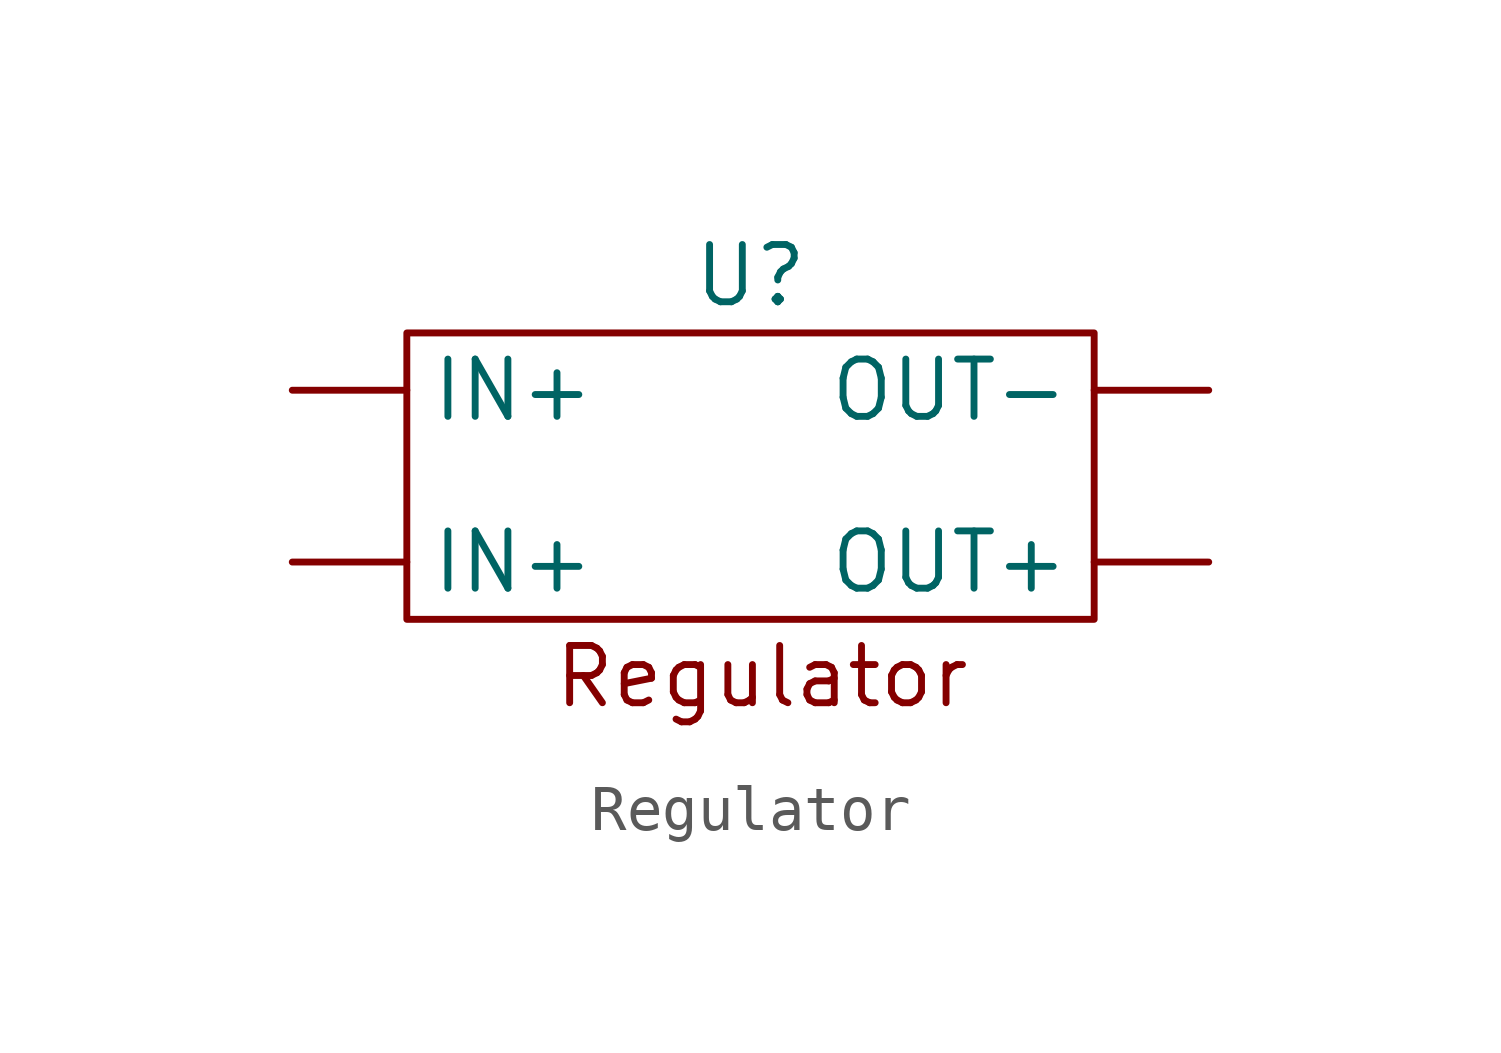
<source format=kicad_sym>
(kicad_symbol_lib
  (version 20231120)
  (generator "kicad_symbol_editor")
  (generator_version "8.0")
  (symbol "Regulator"
    (property "Reference" "U"
      (at 0 0 0)
      (effects (font (size 1.27 1.27))))
    (property "Value" ""
      (at 0 0 0)
      (effects (font (size 1.27 1.27))))
    (symbol "Regulator_1_1"
      (rectangle (start -7.62 -1.27) (end 7.62 -7.62) (stroke (width 0) (type default)) (fill (type none)))
      (text "Regulator\n" (at 0.254 -8.89 0) (effects (font (size 1.27 1.27))))
      (pin power_out line (at -10.16 -6.35 0) (length 2.54) (name "IN+" (effects (font (size 1.27 1.27)))) (number "" (effects (font (size 1.27 1.27)))))
      (pin power_out line (at -10.16 -2.54 0) (length 2.54) (name "IN+" (effects (font (size 1.27 1.27)))) (number "" (effects (font (size 1.27 1.27)))))
      (pin power_out line (at 10.16 -6.35 180) (length 2.54) (name "OUT+" (effects (font (size 1.27 1.27)))) (number "" (effects (font (size 1.27 1.27)))))
      (pin power_out line (at 10.16 -2.54 180) (length 2.54) (name "OUT-" (effects (font (size 1.27 1.27)))) (number "" (effects (font (size 1.27 1.27))))))))
</source>
